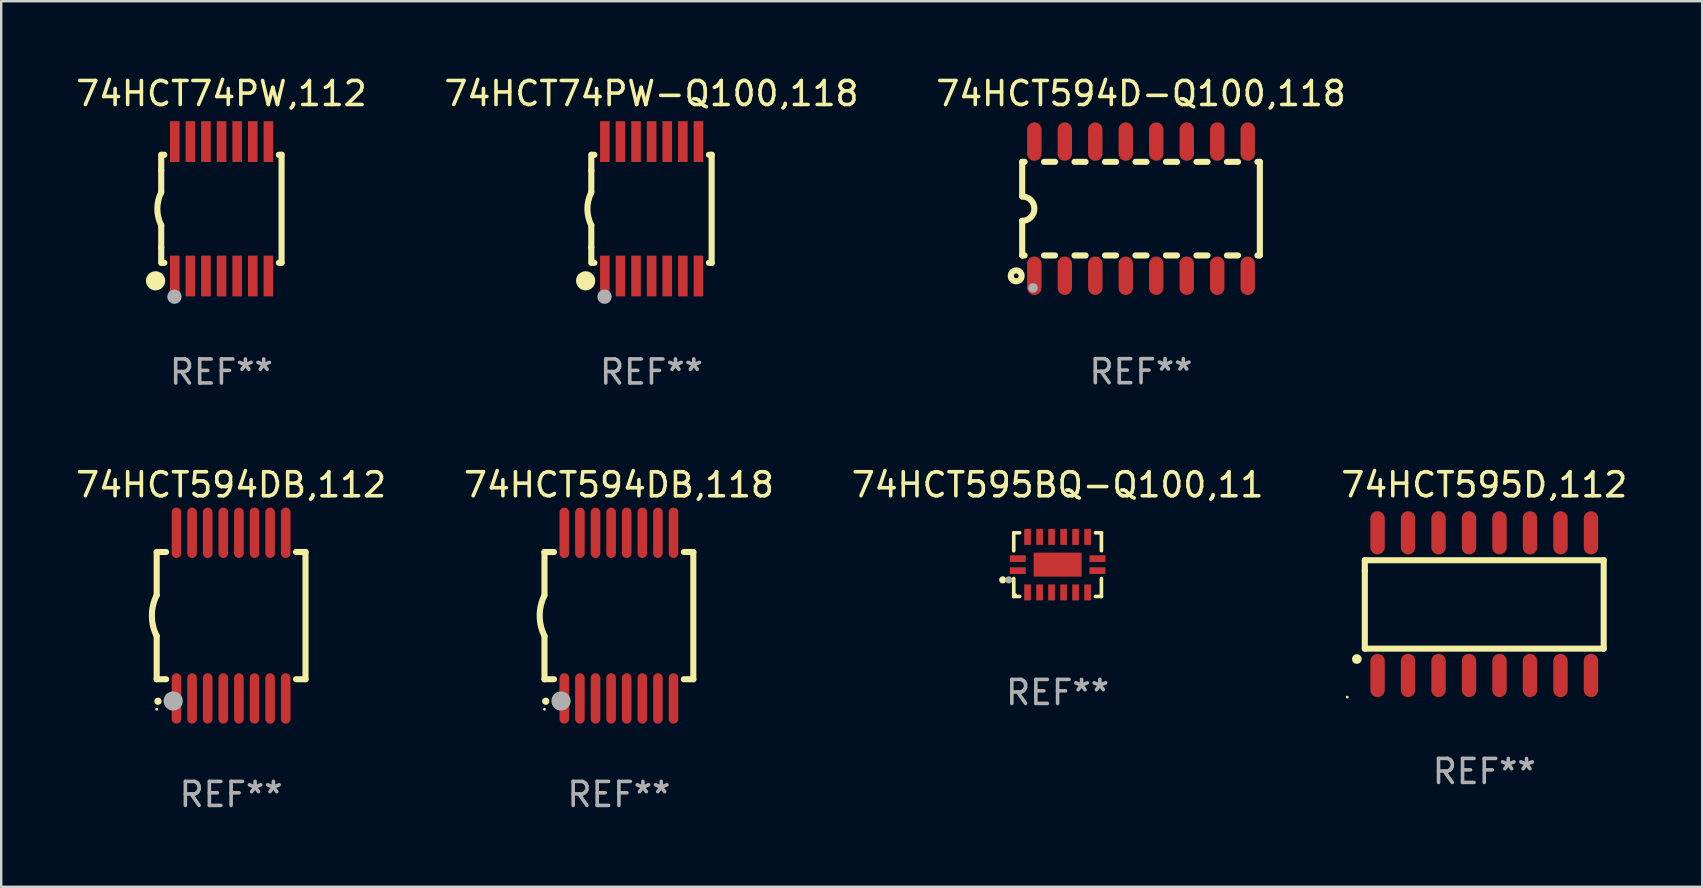
<source format=kicad_pcb>
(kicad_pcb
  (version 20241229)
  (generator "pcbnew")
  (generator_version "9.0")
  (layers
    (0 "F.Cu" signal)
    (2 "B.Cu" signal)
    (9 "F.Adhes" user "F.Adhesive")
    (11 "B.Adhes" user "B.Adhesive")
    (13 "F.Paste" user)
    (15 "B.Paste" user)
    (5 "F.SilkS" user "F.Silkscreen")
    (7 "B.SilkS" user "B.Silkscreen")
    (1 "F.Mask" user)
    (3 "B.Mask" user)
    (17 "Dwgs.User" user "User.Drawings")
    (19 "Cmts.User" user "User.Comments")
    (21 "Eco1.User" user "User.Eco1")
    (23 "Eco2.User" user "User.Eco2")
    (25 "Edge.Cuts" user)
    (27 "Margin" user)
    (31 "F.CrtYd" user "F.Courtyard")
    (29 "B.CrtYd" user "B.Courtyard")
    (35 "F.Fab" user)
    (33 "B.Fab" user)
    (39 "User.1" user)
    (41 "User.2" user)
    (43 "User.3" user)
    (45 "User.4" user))
  (footprint "74HCT595BQ-Q100,11"
    (layer "F.Cu")
    (at 41.006 20.471)
    (property "Reference" "74HCT595BQ-Q100,11" (at 0 -3.326 0) (layer "F.SilkS") (effects (font (size 1 1) (thickness 0.15))))
    (attr through_hole)
    (fp_line (start -1.826 -1.326) (end -1.58 -1.326) (stroke (width 0.152) (type solid)) (layer "F.SilkS"))
    (fp_line (start -1.826 -0.58) (end -1.826 -1.326) (stroke (width 0.152) (type solid)) (layer "F.SilkS"))
    (fp_line (start -1.826 0.58) (end -1.826 1.326) (stroke (width 0.152) (type solid)) (layer "F.SilkS"))
    (fp_line (start -1.826 1.326) (end -1.58 1.326) (stroke (width 0.152) (type solid)) (layer "F.SilkS"))
    (fp_line (start 1.826 -1.326) (end 1.58 -1.326) (stroke (width 0.152) (type solid)) (layer "F.SilkS"))
    (fp_line (start 1.826 -0.58) (end 1.826 -1.326) (stroke (width 0.152) (type solid)) (layer "F.SilkS"))
    (fp_line (start 1.826 0.58) (end 1.826 1.326) (stroke (width 0.152) (type solid)) (layer "F.SilkS"))
    (fp_line (start 1.826 1.326) (end 1.58 1.326) (stroke (width 0.152) (type solid)) (layer "F.SilkS"))
    (fp_circle (center -2.286 0.635) (end -2.211 0.635) (stroke (width 0.15) (type solid)) (fill no) (layer "F.SilkS"))
    (fp_circle (center -1.75 1.25) (end -1.72 1.25) (stroke (width 0.06) (type solid)) (fill no) (layer "F.SilkS"))
    (fp_circle (center -2.032 0.635) (end -1.957 0.635) (stroke (width 0.15) (type solid)) (fill no) (layer "F.Fab"))
    (fp_text user "REF**" (at 0 5.326 0) (layer "F.Fab") (effects (font (size 1 1) (thickness 0.15))))
    (pad "1" smd rect (at -1.658 0.25) (size 0.665 0.28) (layers "F.Cu" "F.Mask" "F.Paste"))
    (pad "2" smd rect (at -1.25 1.157) (size 0.28 0.665) (layers "F.Cu" "F.Mask" "F.Paste"))
    (pad "3" smd rect (at -0.75 1.157) (size 0.28 0.665) (layers "F.Cu" "F.Mask" "F.Paste"))
    (pad "4" smd rect (at -0.25 1.157) (size 0.28 0.665) (layers "F.Cu" "F.Mask" "F.Paste"))
    (pad "5" smd rect (at 0.25 1.157) (size 0.28 0.665) (layers "F.Cu" "F.Mask" "F.Paste"))
    (pad "6" smd rect (at 0.75 1.157) (size 0.28 0.665) (layers "F.Cu" "F.Mask" "F.Paste"))
    (pad "7" smd rect (at 1.25 1.157) (size 0.28 0.665) (layers "F.Cu" "F.Mask" "F.Paste"))
    (pad "8" smd rect (at 1.658 0.25) (size 0.665 0.28) (layers "F.Cu" "F.Mask" "F.Paste"))
    (pad "9" smd rect (at 1.658 -0.25) (size 0.665 0.28) (layers "F.Cu" "F.Mask" "F.Paste"))
    (pad "10" smd rect (at 1.25 -1.157) (size 0.28 0.665) (layers "F.Cu" "F.Mask" "F.Paste"))
    (pad "11" smd rect (at 0.75 -1.157) (size 0.28 0.665) (layers "F.Cu" "F.Mask" "F.Paste"))
    (pad "12" smd rect (at 0.25 -1.157) (size 0.28 0.665) (layers "F.Cu" "F.Mask" "F.Paste"))
    (pad "13" smd rect (at -0.25 -1.157) (size 0.28 0.665) (layers "F.Cu" "F.Mask" "F.Paste"))
    (pad "14" smd rect (at -0.75 -1.157) (size 0.28 0.665) (layers "F.Cu" "F.Mask" "F.Paste"))
    (pad "15" smd rect (at -1.25 -1.157) (size 0.28 0.665) (layers "F.Cu" "F.Mask" "F.Paste"))
    (pad "16" smd rect (at -1.658 -0.25) (size 0.665 0.28) (layers "F.Cu" "F.Mask" "F.Paste"))
    (pad "17" smd rect (at 0 0) (size 2 1) (layers "F.Cu" "F.Mask" "F.Paste")))
  (footprint "74HCT74PW-Q100,118"
    (layer "F.Cu")
    (at 24.089 5.648)
    (property "Reference" "74HCT74PW-Q100,118" (at 0 -4.8 0) (layer "F.SilkS") (effects (font (size 1 1) (thickness 0.15))))
    (attr through_hole)
    (fp_line (start -2.507 -1.6) (end -2.507 -2.25) (stroke (width 0.254) (type solid)) (layer "F.SilkS"))
    (fp_line (start -2.507 -0.686) (end -2.507 -1.6) (stroke (width 0.254) (type solid)) (layer "F.SilkS"))
    (fp_line (start -2.507 1.6) (end -2.507 0.686) (stroke (width 0.254) (type solid)) (layer "F.SilkS"))
    (fp_line (start -2.507 1.6) (end -2.507 2.25) (stroke (width 0.254) (type solid)) (layer "F.SilkS"))
    (fp_line (start -2.493 -2.25) (end -2.377 -2.25) (stroke (width 0.254) (type solid)) (layer "F.SilkS"))
    (fp_line (start -2.377 2.25) (end -2.493 2.25) (stroke (width 0.254) (type solid)) (layer "F.SilkS"))
    (fp_line (start 2.392 -2.25) (end 2.507 -2.25) (stroke (width 0.254) (type solid)) (layer "F.SilkS"))
    (fp_line (start 2.507 -2.25) (end 2.507 2.25) (stroke (width 0.254) (type solid)) (layer "F.SilkS"))
    (fp_line (start 2.507 2.25) (end 2.392 2.25) (stroke (width 0.254) (type solid)) (layer "F.SilkS"))
    (fp_arc (start -2.507303 0.685802) (mid -2.669199 0) (end -2.507303 -0.685801) (stroke (width 0.254001) (type solid)) (layer "F.SilkS"))
    (fp_circle (center -2.743 3) (end -2.543 3) (stroke (width 0.4) (type solid)) (fill no) (layer "F.SilkS"))
    (fp_circle (center -2.493 3.2) (end -2.463 3.2) (stroke (width 0.06) (type solid)) (fill no) (layer "F.SilkS"))
    (fp_circle (center -1.957 3.662) (end -1.807 3.662) (stroke (width 0.3) (type solid)) (fill no) (layer "F.Fab"))
    (fp_text user "REF**" (at 0 6.8 0) (layer "F.Fab") (effects (font (size 1 1) (thickness 0.15))))
    (pad "1" smd rect (at -1.943 2.8) (size 0.4 1.7) (layers "F.Cu" "F.Mask" "F.Paste"))
    (pad "2" smd rect (at -1.293 2.8) (size 0.4 1.7) (layers "F.Cu" "F.Mask" "F.Paste"))
    (pad "3" smd rect (at -0.643 2.8) (size 0.4 1.7) (layers "F.Cu" "F.Mask" "F.Paste"))
    (pad "4" smd rect (at 0.007 2.8) (size 0.4 1.7) (layers "F.Cu" "F.Mask" "F.Paste"))
    (pad "5" smd rect (at 0.657 2.8) (size 0.4 1.7) (layers "F.Cu" "F.Mask" "F.Paste"))
    (pad "6" smd rect (at 1.307 2.8) (size 0.4 1.7) (layers "F.Cu" "F.Mask" "F.Paste"))
    (pad "7" smd rect (at 1.957 2.8) (size 0.4 1.7) (layers "F.Cu" "F.Mask" "F.Paste"))
    (pad "8" smd rect (at 1.957 -2.8) (size 0.4 1.7) (layers "F.Cu" "F.Mask" "F.Paste"))
    (pad "9" smd rect (at 1.307 -2.8) (size 0.4 1.7) (layers "F.Cu" "F.Mask" "F.Paste"))
    (pad "10" smd rect (at 0.657 -2.8) (size 0.4 1.7) (layers "F.Cu" "F.Mask" "F.Paste"))
    (pad "11" smd rect (at 0.007 -2.8) (size 0.4 1.7) (layers "F.Cu" "F.Mask" "F.Paste"))
    (pad "12" smd rect (at -0.643 -2.8) (size 0.4 1.7) (layers "F.Cu" "F.Mask" "F.Paste"))
    (pad "13" smd rect (at -1.293 -2.8) (size 0.4 1.7) (layers "F.Cu" "F.Mask" "F.Paste"))
    (pad "14" smd rect (at -1.943 -2.8) (size 0.4 1.7) (layers "F.Cu" "F.Mask" "F.Paste")))
  (footprint "74HCT595D,112"
    (layer "F.Cu")
    (at 58.78 22.117)
    (property "Reference" "74HCT595D,112" (at 0 -4.972 0) (layer "F.SilkS") (effects (font (size 1 1) (thickness 0.15))))
    (attr through_hole)
    (fp_line (start -4.976 -1.829) (end -4.976 -1.4) (stroke (width 0.254) (type solid)) (layer "F.SilkS"))
    (fp_line (start -4.976 -1.4) (end -4.976 1.854) (stroke (width 0.254) (type solid)) (layer "F.SilkS"))
    (fp_line (start -4.976 1.854) (end 4.976 1.854) (stroke (width 0.254) (type solid)) (layer "F.SilkS"))
    (fp_line (start 4.976 -1.829) (end -4.976 -1.829) (stroke (width 0.254) (type solid)) (layer "F.SilkS"))
    (fp_line (start 4.976 1.854) (end 4.976 -1.829) (stroke (width 0.254) (type solid)) (layer "F.SilkS"))
    (fp_arc (start -5.308611 2.286005) (mid -5.307341 2.286001) (end -5.306071 2.286005) (stroke (width 0.4) (type solid)) (layer "F.SilkS"))
    (fp_circle (center -5.707 3.872) (end -5.677 3.872) (stroke (width 0.06) (type solid)) (fill no) (layer "F.SilkS"))
    (fp_text user "REF**" (at 0 6.972 0) (layer "F.Fab") (effects (font (size 1 1) (thickness 0.15))))
    (pad "1" smd oval (at -4.445 2.972 180) (size 0.6 1.8) (layers "F.Cu" "F.Mask" "F.Paste"))
    (pad "2" smd oval (at -3.175 2.972 180) (size 0.6 1.8) (layers "F.Cu" "F.Mask" "F.Paste"))
    (pad "3" smd oval (at -1.905 2.972 180) (size 0.6 1.8) (layers "F.Cu" "F.Mask" "F.Paste"))
    (pad "4" smd oval (at -0.635 2.972 180) (size 0.6 1.8) (layers "F.Cu" "F.Mask" "F.Paste"))
    (pad "5" smd oval (at 0.635 2.972 180) (size 0.6 1.8) (layers "F.Cu" "F.Mask" "F.Paste"))
    (pad "6" smd oval (at 1.905 2.972 180) (size 0.6 1.8) (layers "F.Cu" "F.Mask" "F.Paste"))
    (pad "7" smd oval (at 3.175 2.972 180) (size 0.6 1.8) (layers "F.Cu" "F.Mask" "F.Paste"))
    (pad "8" smd oval (at 4.445 2.972 180) (size 0.6 1.8) (layers "F.Cu" "F.Mask" "F.Paste"))
    (pad "9" smd oval (at 4.445 -2.972 180) (size 0.6 1.8) (layers "F.Cu" "F.Mask" "F.Paste"))
    (pad "10" smd oval (at 3.175 -2.972 180) (size 0.6 1.8) (layers "F.Cu" "F.Mask" "F.Paste"))
    (pad "11" smd oval (at 1.905 -2.972 180) (size 0.6 1.8) (layers "F.Cu" "F.Mask" "F.Paste"))
    (pad "12" smd oval (at 0.635 -2.972 180) (size 0.6 1.8) (layers "F.Cu" "F.Mask" "F.Paste"))
    (pad "13" smd oval (at -0.635 -2.972 180) (size 0.6 1.8) (layers "F.Cu" "F.Mask" "F.Paste"))
    (pad "14" smd oval (at -1.905 -2.972 180) (size 0.6 1.8) (layers "F.Cu" "F.Mask" "F.Paste"))
    (pad "15" smd oval (at -3.175 -2.972 180) (size 0.6 1.8) (layers "F.Cu" "F.Mask" "F.Paste"))
    (pad "16" smd oval (at -4.445 -2.972 180) (size 0.6 1.8) (layers "F.Cu" "F.Mask" "F.Paste")))
  (footprint "74HCT594DB,118"
    (layer "F.Cu")
    (at 22.732 22.595)
    (property "Reference" "74HCT594DB,118" (at 0 -5.45 0) (layer "F.SilkS") (effects (font (size 1 1) (thickness 0.15))))
    (attr through_hole)
    (fp_line (start -3.1 -2.65) (end -3.1 -0.85) (stroke (width 0.254) (type solid)) (layer "F.SilkS"))
    (fp_line (start -3.1 -2.65) (end -2.706 -2.65) (stroke (width 0.254) (type solid)) (layer "F.SilkS"))
    (fp_line (start -3.1 2.65) (end -3.1 0.85) (stroke (width 0.254) (type solid)) (layer "F.SilkS"))
    (fp_line (start -3.1 2.65) (end -2.706 2.65) (stroke (width 0.254) (type solid)) (layer "F.SilkS"))
    (fp_line (start 2.706 -2.65) (end 3.1 -2.65) (stroke (width 0.254) (type solid)) (layer "F.SilkS"))
    (fp_line (start 2.706 2.65) (end 3.1 2.65) (stroke (width 0.254) (type solid)) (layer "F.SilkS"))
    (fp_line (start 3.1 -2.65) (end 3.1 2.65) (stroke (width 0.254) (type solid)) (layer "F.SilkS"))
    (fp_arc (start -3.098907 0.850902) (mid -3.300057 0.000523) (end -3.1 -0.850114) (stroke (width 0.254001) (type solid)) (layer "F.SilkS"))
    (fp_arc (start -3.048006 3.566066) (mid -3.046736 3.566061) (end -3.045466 3.566066) (stroke (width 0.3) (type solid)) (layer "F.SilkS"))
    (fp_circle (center -3.1 3.9) (end -3.07 3.9) (stroke (width 0.06) (type solid)) (fill no) (layer "F.SilkS"))
    (fp_circle (center -2.413 3.556) (end -2.213 3.556) (stroke (width 0.4) (type solid)) (fill no) (layer "F.Fab"))
    (fp_text user "REF**" (at 0 7.45 0) (layer "F.Fab") (effects (font (size 1 1) (thickness 0.15))))
    (pad "1" smd oval (at -2.275 3.45 180) (size 0.4 2.1) (layers "F.Cu" "F.Mask" "F.Paste"))
    (pad "2" smd oval (at -1.625 3.45 180) (size 0.4 2.1) (layers "F.Cu" "F.Mask" "F.Paste"))
    (pad "3" smd oval (at -0.975 3.45 180) (size 0.4 2.1) (layers "F.Cu" "F.Mask" "F.Paste"))
    (pad "4" smd oval (at -0.325 3.45 180) (size 0.4 2.1) (layers "F.Cu" "F.Mask" "F.Paste"))
    (pad "5" smd oval (at 0.325 3.45 180) (size 0.4 2.1) (layers "F.Cu" "F.Mask" "F.Paste"))
    (pad "6" smd oval (at 0.975 3.45 180) (size 0.4 2.1) (layers "F.Cu" "F.Mask" "F.Paste"))
    (pad "7" smd oval (at 1.625 3.45 180) (size 0.4 2.1) (layers "F.Cu" "F.Mask" "F.Paste"))
    (pad "8" smd oval (at 2.275 3.45 180) (size 0.4 2.1) (layers "F.Cu" "F.Mask" "F.Paste"))
    (pad "9" smd oval (at 2.275 -3.45 180) (size 0.4 2.1) (layers "F.Cu" "F.Mask" "F.Paste"))
    (pad "10" smd oval (at 1.625 -3.45 180) (size 0.4 2.1) (layers "F.Cu" "F.Mask" "F.Paste"))
    (pad "11" smd oval (at 0.975 -3.45 180) (size 0.4 2.1) (layers "F.Cu" "F.Mask" "F.Paste"))
    (pad "12" smd oval (at 0.325 -3.45 180) (size 0.4 2.1) (layers "F.Cu" "F.Mask" "F.Paste"))
    (pad "13" smd oval (at -0.325 -3.45 180) (size 0.4 2.1) (layers "F.Cu" "F.Mask" "F.Paste"))
    (pad "14" smd oval (at -0.975 -3.45 180) (size 0.4 2.1) (layers "F.Cu" "F.Mask" "F.Paste"))
    (pad "15" smd oval (at -1.625 -3.45 180) (size 0.4 2.1) (layers "F.Cu" "F.Mask" "F.Paste"))
    (pad "16" smd oval (at -2.275 -3.45 180) (size 0.4 2.1) (layers "F.Cu" "F.Mask" "F.Paste")))
  (footprint "74HCT594D-Q100,118"
    (layer "F.Cu")
    (at 44.482 5.642)
    (property "Reference" "74HCT594D-Q100,118" (at 0 -4.794 0) (layer "F.SilkS") (effects (font (size 1 1) (thickness 0.15))))
    (attr through_hole)
    (fp_line (start -4.95 -1.95) (end -4.95 -0.508) (stroke (width 0.254) (type solid)) (layer "F.SilkS"))
    (fp_line (start -4.95 -1.95) (end -4.849 -1.95) (stroke (width 0.254) (type solid)) (layer "F.SilkS"))
    (fp_line (start -4.95 1.95) (end -4.95 0.508) (stroke (width 0.254) (type solid)) (layer "F.SilkS"))
    (fp_line (start -4.95 1.95) (end -4.849 1.95) (stroke (width 0.254) (type solid)) (layer "F.SilkS"))
    (fp_line (start -4.041 -1.95) (end -3.579 -1.95) (stroke (width 0.254) (type solid)) (layer "F.SilkS"))
    (fp_line (start -4.041 1.95) (end -3.579 1.95) (stroke (width 0.254) (type solid)) (layer "F.SilkS"))
    (fp_line (start -2.771 -1.95) (end -2.309 -1.95) (stroke (width 0.254) (type solid)) (layer "F.SilkS"))
    (fp_line (start -2.771 1.95) (end -2.309 1.95) (stroke (width 0.254) (type solid)) (layer "F.SilkS"))
    (fp_line (start -1.501 -1.95) (end -1.039 -1.95) (stroke (width 0.254) (type solid)) (layer "F.SilkS"))
    (fp_line (start -1.501 1.95) (end -1.039 1.95) (stroke (width 0.254) (type solid)) (layer "F.SilkS"))
    (fp_line (start -0.231 -1.95) (end 0.231 -1.95) (stroke (width 0.254) (type solid)) (layer "F.SilkS"))
    (fp_line (start -0.231 1.95) (end 0.231 1.95) (stroke (width 0.254) (type solid)) (layer "F.SilkS"))
    (fp_line (start 1.039 -1.95) (end 1.501 -1.95) (stroke (width 0.254) (type solid)) (layer "F.SilkS"))
    (fp_line (start 1.039 1.95) (end 1.501 1.95) (stroke (width 0.254) (type solid)) (layer "F.SilkS"))
    (fp_line (start 2.309 -1.95) (end 2.771 -1.95) (stroke (width 0.254) (type solid)) (layer "F.SilkS"))
    (fp_line (start 2.309 1.95) (end 2.771 1.95) (stroke (width 0.254) (type solid)) (layer "F.SilkS"))
    (fp_line (start 3.579 -1.95) (end 4.041 -1.95) (stroke (width 0.254) (type solid)) (layer "F.SilkS"))
    (fp_line (start 3.579 1.95) (end 4.041 1.95) (stroke (width 0.254) (type solid)) (layer "F.SilkS"))
    (fp_line (start 4.849 -1.95) (end 4.95 -1.95) (stroke (width 0.254) (type solid)) (layer "F.SilkS"))
    (fp_line (start 4.849 1.95) (end 4.95 1.95) (stroke (width 0.254) (type solid)) (layer "F.SilkS"))
    (fp_line (start 4.95 -1.95) (end 4.95 1.95) (stroke (width 0.254) (type solid)) (layer "F.SilkS"))
    (fp_arc (start -4.95047 -0.508001) (mid -4.442469 -0.000228) (end -4.950013 0.508001) (stroke (width 0.254001) (type solid)) (layer "F.SilkS"))
    (fp_circle (center -5.2 2.8) (end -5.1 2.8) (stroke (width 0.254) (type solid)) (fill no) (layer "F.SilkS"))
    (fp_circle (center -4.95 2.947) (end -4.92 2.947) (stroke (width 0.06) (type solid)) (fill no) (layer "F.SilkS"))
    (fp_circle (center -4.5 3.3) (end -4.4 3.3) (stroke (width 0.2) (type solid)) (fill no) (layer "F.Fab"))
    (fp_text user "REF**" (at 0 6.794 0) (layer "F.Fab") (effects (font (size 1 1) (thickness 0.15))))
    (pad "1" smd oval (at -4.445 2.794) (size 0.6 1.6) (layers "F.Cu" "F.Mask" "F.Paste"))
    (pad "2" smd oval (at -3.175 2.794) (size 0.6 1.6) (layers "F.Cu" "F.Mask" "F.Paste"))
    (pad "3" smd oval (at -1.905 2.794) (size 0.6 1.6) (layers "F.Cu" "F.Mask" "F.Paste"))
    (pad "4" smd oval (at -0.635 2.794) (size 0.6 1.6) (layers "F.Cu" "F.Mask" "F.Paste"))
    (pad "5" smd oval (at 0.635 2.794) (size 0.6 1.6) (layers "F.Cu" "F.Mask" "F.Paste"))
    (pad "6" smd oval (at 1.905 2.794) (size 0.6 1.6) (layers "F.Cu" "F.Mask" "F.Paste"))
    (pad "7" smd oval (at 3.175 2.794) (size 0.6 1.6) (layers "F.Cu" "F.Mask" "F.Paste"))
    (pad "8" smd oval (at 4.445 2.794) (size 0.6 1.6) (layers "F.Cu" "F.Mask" "F.Paste"))
    (pad "9" smd oval (at 4.445 -2.794) (size 0.6 1.6) (layers "F.Cu" "F.Mask" "F.Paste"))
    (pad "10" smd oval (at 3.175 -2.794) (size 0.6 1.6) (layers "F.Cu" "F.Mask" "F.Paste"))
    (pad "11" smd oval (at 1.905 -2.794) (size 0.6 1.6) (layers "F.Cu" "F.Mask" "F.Paste"))
    (pad "12" smd oval (at 0.635 -2.794) (size 0.6 1.6) (layers "F.Cu" "F.Mask" "F.Paste"))
    (pad "13" smd oval (at -0.635 -2.794) (size 0.6 1.6) (layers "F.Cu" "F.Mask" "F.Paste"))
    (pad "14" smd oval (at -1.905 -2.794) (size 0.6 1.6) (layers "F.Cu" "F.Mask" "F.Paste"))
    (pad "15" smd oval (at -3.175 -2.794) (size 0.6 1.6) (layers "F.Cu" "F.Mask" "F.Paste"))
    (pad "16" smd oval (at -4.445 -2.794) (size 0.6 1.6) (layers "F.Cu" "F.Mask" "F.Paste")))
  (footprint "74HCT594DB,112"
    (layer "F.Cu")
    (at 6.577 22.595)
    (property "Reference" "74HCT594DB,112" (at 0 -5.45 0) (layer "F.SilkS") (effects (font (size 1 1) (thickness 0.15))))
    (attr through_hole)
    (fp_line (start -3.1 -2.65) (end -3.1 -0.85) (stroke (width 0.254) (type solid)) (layer "F.SilkS"))
    (fp_line (start -3.1 -2.65) (end -2.706 -2.65) (stroke (width 0.254) (type solid)) (layer "F.SilkS"))
    (fp_line (start -3.1 2.65) (end -3.1 0.85) (stroke (width 0.254) (type solid)) (layer "F.SilkS"))
    (fp_line (start -3.1 2.65) (end -2.706 2.65) (stroke (width 0.254) (type solid)) (layer "F.SilkS"))
    (fp_line (start 2.706 -2.65) (end 3.1 -2.65) (stroke (width 0.254) (type solid)) (layer "F.SilkS"))
    (fp_line (start 2.706 2.65) (end 3.1 2.65) (stroke (width 0.254) (type solid)) (layer "F.SilkS"))
    (fp_line (start 3.1 -2.65) (end 3.1 2.65) (stroke (width 0.254) (type solid)) (layer "F.SilkS"))
    (fp_arc (start -3.098907 0.850902) (mid -3.300057 0.000523) (end -3.1 -0.850114) (stroke (width 0.254001) (type solid)) (layer "F.SilkS"))
    (fp_arc (start -3.048006 3.566066) (mid -3.046736 3.566061) (end -3.045466 3.566066) (stroke (width 0.3) (type solid)) (layer "F.SilkS"))
    (fp_circle (center -3.1 3.9) (end -3.07 3.9) (stroke (width 0.06) (type solid)) (fill no) (layer "F.SilkS"))
    (fp_circle (center -2.413 3.556) (end -2.213 3.556) (stroke (width 0.4) (type solid)) (fill no) (layer "F.Fab"))
    (fp_text user "REF**" (at 0 7.45 0) (layer "F.Fab") (effects (font (size 1 1) (thickness 0.15))))
    (pad "1" smd oval (at -2.275 3.45 180) (size 0.4 2.1) (layers "F.Cu" "F.Mask" "F.Paste"))
    (pad "2" smd oval (at -1.625 3.45 180) (size 0.4 2.1) (layers "F.Cu" "F.Mask" "F.Paste"))
    (pad "3" smd oval (at -0.975 3.45 180) (size 0.4 2.1) (layers "F.Cu" "F.Mask" "F.Paste"))
    (pad "4" smd oval (at -0.325 3.45 180) (size 0.4 2.1) (layers "F.Cu" "F.Mask" "F.Paste"))
    (pad "5" smd oval (at 0.325 3.45 180) (size 0.4 2.1) (layers "F.Cu" "F.Mask" "F.Paste"))
    (pad "6" smd oval (at 0.975 3.45 180) (size 0.4 2.1) (layers "F.Cu" "F.Mask" "F.Paste"))
    (pad "7" smd oval (at 1.625 3.45 180) (size 0.4 2.1) (layers "F.Cu" "F.Mask" "F.Paste"))
    (pad "8" smd oval (at 2.275 3.45 180) (size 0.4 2.1) (layers "F.Cu" "F.Mask" "F.Paste"))
    (pad "9" smd oval (at 2.275 -3.45 180) (size 0.4 2.1) (layers "F.Cu" "F.Mask" "F.Paste"))
    (pad "10" smd oval (at 1.625 -3.45 180) (size 0.4 2.1) (layers "F.Cu" "F.Mask" "F.Paste"))
    (pad "11" smd oval (at 0.975 -3.45 180) (size 0.4 2.1) (layers "F.Cu" "F.Mask" "F.Paste"))
    (pad "12" smd oval (at 0.325 -3.45 180) (size 0.4 2.1) (layers "F.Cu" "F.Mask" "F.Paste"))
    (pad "13" smd oval (at -0.325 -3.45 180) (size 0.4 2.1) (layers "F.Cu" "F.Mask" "F.Paste"))
    (pad "14" smd oval (at -0.975 -3.45 180) (size 0.4 2.1) (layers "F.Cu" "F.Mask" "F.Paste"))
    (pad "15" smd oval (at -1.625 -3.45 180) (size 0.4 2.1) (layers "F.Cu" "F.Mask" "F.Paste"))
    (pad "16" smd oval (at -2.275 -3.45 180) (size 0.4 2.1) (layers "F.Cu" "F.Mask" "F.Paste")))
  (footprint "74HCT74PW,112"
    (layer "F.Cu")
    (at 6.173 5.648)
    (property "Reference" "74HCT74PW,112" (at 0 -4.8 0) (layer "F.SilkS") (effects (font (size 1 1) (thickness 0.15))))
    (attr through_hole)
    (fp_line (start -2.507 -1.6) (end -2.507 -2.25) (stroke (width 0.254) (type solid)) (layer "F.SilkS"))
    (fp_line (start -2.507 -0.686) (end -2.507 -1.6) (stroke (width 0.254) (type solid)) (layer "F.SilkS"))
    (fp_line (start -2.507 1.6) (end -2.507 0.686) (stroke (width 0.254) (type solid)) (layer "F.SilkS"))
    (fp_line (start -2.507 1.6) (end -2.507 2.25) (stroke (width 0.254) (type solid)) (layer "F.SilkS"))
    (fp_line (start -2.493 -2.25) (end -2.377 -2.25) (stroke (width 0.254) (type solid)) (layer "F.SilkS"))
    (fp_line (start -2.377 2.25) (end -2.493 2.25) (stroke (width 0.254) (type solid)) (layer "F.SilkS"))
    (fp_line (start 2.392 -2.25) (end 2.507 -2.25) (stroke (width 0.254) (type solid)) (layer "F.SilkS"))
    (fp_line (start 2.507 -2.25) (end 2.507 2.25) (stroke (width 0.254) (type solid)) (layer "F.SilkS"))
    (fp_line (start 2.507 2.25) (end 2.392 2.25) (stroke (width 0.254) (type solid)) (layer "F.SilkS"))
    (fp_arc (start -2.507303 0.685802) (mid -2.669199 0) (end -2.507303 -0.685801) (stroke (width 0.254001) (type solid)) (layer "F.SilkS"))
    (fp_circle (center -2.743 3) (end -2.543 3) (stroke (width 0.4) (type solid)) (fill no) (layer "F.SilkS"))
    (fp_circle (center -2.493 3.2) (end -2.463 3.2) (stroke (width 0.06) (type solid)) (fill no) (layer "F.SilkS"))
    (fp_circle (center -1.957 3.662) (end -1.807 3.662) (stroke (width 0.3) (type solid)) (fill no) (layer "F.Fab"))
    (fp_text user "REF**" (at 0 6.8 0) (layer "F.Fab") (effects (font (size 1 1) (thickness 0.15))))
    (pad "1" smd rect (at -1.943 2.8) (size 0.4 1.7) (layers "F.Cu" "F.Mask" "F.Paste"))
    (pad "2" smd rect (at -1.293 2.8) (size 0.4 1.7) (layers "F.Cu" "F.Mask" "F.Paste"))
    (pad "3" smd rect (at -0.643 2.8) (size 0.4 1.7) (layers "F.Cu" "F.Mask" "F.Paste"))
    (pad "4" smd rect (at 0.007 2.8) (size 0.4 1.7) (layers "F.Cu" "F.Mask" "F.Paste"))
    (pad "5" smd rect (at 0.657 2.8) (size 0.4 1.7) (layers "F.Cu" "F.Mask" "F.Paste"))
    (pad "6" smd rect (at 1.307 2.8) (size 0.4 1.7) (layers "F.Cu" "F.Mask" "F.Paste"))
    (pad "7" smd rect (at 1.957 2.8) (size 0.4 1.7) (layers "F.Cu" "F.Mask" "F.Paste"))
    (pad "8" smd rect (at 1.957 -2.8) (size 0.4 1.7) (layers "F.Cu" "F.Mask" "F.Paste"))
    (pad "9" smd rect (at 1.307 -2.8) (size 0.4 1.7) (layers "F.Cu" "F.Mask" "F.Paste"))
    (pad "10" smd rect (at 0.657 -2.8) (size 0.4 1.7) (layers "F.Cu" "F.Mask" "F.Paste"))
    (pad "11" smd rect (at 0.007 -2.8) (size 0.4 1.7) (layers "F.Cu" "F.Mask" "F.Paste"))
    (pad "12" smd rect (at -0.643 -2.8) (size 0.4 1.7) (layers "F.Cu" "F.Mask" "F.Paste"))
    (pad "13" smd rect (at -1.293 -2.8) (size 0.4 1.7) (layers "F.Cu" "F.Mask" "F.Paste"))
    (pad "14" smd rect (at -1.943 -2.8) (size 0.4 1.7) (layers "F.Cu" "F.Mask" "F.Paste")))
  (gr_rect
    (start -3 -3)
    (end 67.857 33.893)
    (stroke (width 0.1) (type default))
    (fill no)
    (layer "Edge.Cuts")))
</source>
